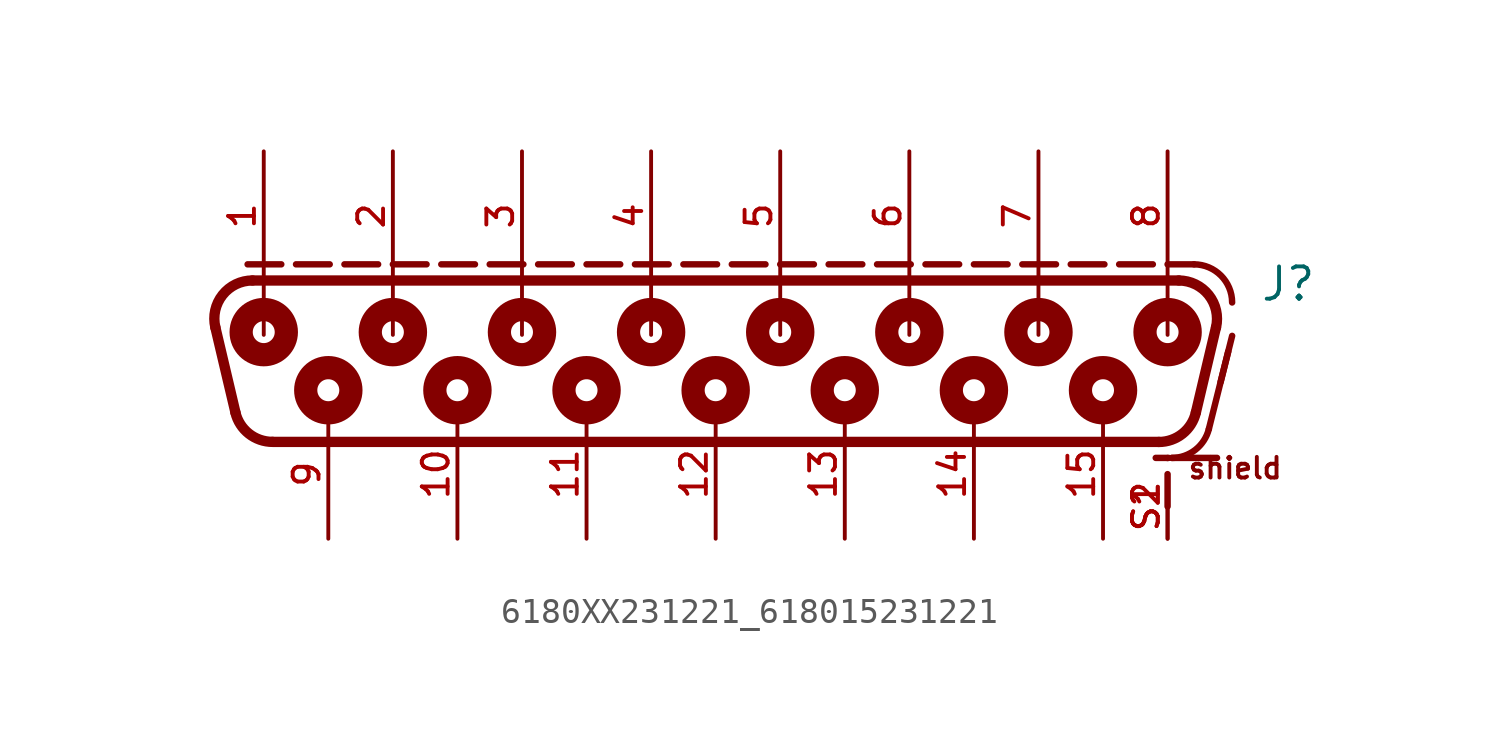
<source format=kicad_sym>
(kicad_symbol_lib
  (version 20241209)
  (generator "kicad_symbol_editor")
  (generator_version "9.0")
  (symbol "6180XX231221_618015231221"
    (pin_names
      (offset 1.016))
    (property "Reference" "J"
      (at 21.4 1.66 0)
      (effects (font (size 1.27 1.27)) (justify left bottom)))
    (symbol "6180XX231221_618015231221_0_0"
      (polyline (pts (xy -18.893 -2.655) (xy -19.684 0.695)) (stroke (width 0.406) (type default)) (fill (type none)))
      (polyline (pts (xy -18.415 3.175) (xy -17.09 3.175)) (stroke (width 0.254) (type default)) (fill (type none)))
      (polyline (pts (xy -18.224 2.54) (xy 18.224 2.54)) (stroke (width 0.406) (type default)) (fill (type none)))
      (arc (start -19.6842 0.6952) (mid -19.4006 1.9708) (end -18.2244 2.54) (stroke (width 0.4064) (type default)) (fill (type none)))
      (polyline (pts (xy -17.78 2.58) (xy -17.78 0.4)) (stroke (width 0.152) (type default)) (fill (type none)))
      (circle (center -17.78 0.508) (radius 0.432) (stroke (width 0.914) (type default)) (fill (type none)))
      (circle (center -17.78 0.508) (radius 0.762) (stroke (width 0.254) (type default)) (fill (type none)))
      (arc (start -17.4331 -3.81) (mid -18.3639 -3.4863) (end -18.8929 -2.6548) (stroke (width 0.4064) (type default)) (fill (type none)))
      (polyline (pts (xy -16.51 3.175) (xy -15.185 3.175)) (stroke (width 0.254) (type default)) (fill (type none)))
      (circle (center -15.24 -1.778) (radius 0.432) (stroke (width 0.914) (type default)) (fill (type none)))
      (circle (center -15.24 -1.778) (radius 0.762) (stroke (width 0.254) (type default)) (fill (type none)))
      (polyline (pts (xy -14.605 3.175) (xy -13.28 3.175)) (stroke (width 0.254) (type default)) (fill (type none)))
      (polyline (pts (xy -12.7 3.175) (xy -11.375 3.175)) (stroke (width 0.254) (type default)) (fill (type none)))
      (polyline (pts (xy -12.7 2.58) (xy -12.7 0.4)) (stroke (width 0.152) (type default)) (fill (type none)))
      (circle (center -12.7 0.508) (radius 0.432) (stroke (width 0.914) (type default)) (fill (type none)))
      (circle (center -12.7 0.508) (radius 0.762) (stroke (width 0.254) (type default)) (fill (type none)))
      (polyline (pts (xy -10.795 3.175) (xy -9.47 3.175)) (stroke (width 0.254) (type default)) (fill (type none)))
      (circle (center -10.16 -1.778) (radius 0.432) (stroke (width 0.914) (type default)) (fill (type none)))
      (circle (center -10.16 -1.778) (radius 0.762) (stroke (width 0.254) (type default)) (fill (type none)))
      (polyline (pts (xy -8.89 3.175) (xy -7.565 3.175)) (stroke (width 0.254) (type default)) (fill (type none)))
      (polyline (pts (xy -7.62 2.58) (xy -7.62 0.4)) (stroke (width 0.152) (type default)) (fill (type none)))
      (circle (center -7.62 0.508) (radius 0.432) (stroke (width 0.914) (type default)) (fill (type none)))
      (circle (center -7.62 0.508) (radius 0.762) (stroke (width 0.254) (type default)) (fill (type none)))
      (polyline (pts (xy -6.985 3.175) (xy -5.66 3.175)) (stroke (width 0.254) (type default)) (fill (type none)))
      (polyline (pts (xy -5.08 3.175) (xy -3.755 3.175)) (stroke (width 0.254) (type default)) (fill (type none)))
      (circle (center -5.08 -1.778) (radius 0.432) (stroke (width 0.914) (type default)) (fill (type none)))
      (circle (center -5.08 -1.778) (radius 0.762) (stroke (width 0.254) (type default)) (fill (type none)))
      (polyline (pts (xy -3.175 3.175) (xy -1.85 3.175)) (stroke (width 0.254) (type default)) (fill (type none)))
      (polyline (pts (xy -2.54 2.58) (xy -2.54 0.4)) (stroke (width 0.152) (type default)) (fill (type none)))
      (circle (center -2.54 0.508) (radius 0.432) (stroke (width 0.914) (type default)) (fill (type none)))
      (circle (center -2.54 0.508) (radius 0.762) (stroke (width 0.254) (type default)) (fill (type none)))
      (polyline (pts (xy -1.27 3.175) (xy 0.055 3.175)) (stroke (width 0.254) (type default)) (fill (type none)))
      (circle (center 0 -1.778) (radius 0.432) (stroke (width 0.914) (type default)) (fill (type none)))
      (circle (center 0 -1.778) (radius 0.762) (stroke (width 0.254) (type default)) (fill (type none)))
      (polyline (pts (xy 0.635 3.175) (xy 1.96 3.175)) (stroke (width 0.254) (type default)) (fill (type none)))
      (polyline (pts (xy 2.54 3.175) (xy 3.865 3.175)) (stroke (width 0.254) (type default)) (fill (type none)))
      (polyline (pts (xy 2.54 2.58) (xy 2.54 0.4)) (stroke (width 0.152) (type default)) (fill (type none)))
      (circle (center 2.54 0.508) (radius 0.432) (stroke (width 0.914) (type default)) (fill (type none)))
      (circle (center 2.54 0.508) (radius 0.762) (stroke (width 0.254) (type default)) (fill (type none)))
      (polyline (pts (xy 4.445 3.175) (xy 5.77 3.175)) (stroke (width 0.254) (type default)) (fill (type none)))
      (circle (center 5.08 -1.778) (radius 0.432) (stroke (width 0.914) (type default)) (fill (type none)))
      (circle (center 5.08 -1.778) (radius 0.762) (stroke (width 0.254) (type default)) (fill (type none)))
      (polyline (pts (xy 6.35 3.175) (xy 7.675 3.175)) (stroke (width 0.254) (type default)) (fill (type none)))
      (polyline (pts (xy 7.62 2.58) (xy 7.62 0.4)) (stroke (width 0.152) (type default)) (fill (type none)))
      (circle (center 7.62 0.508) (radius 0.432) (stroke (width 0.914) (type default)) (fill (type none)))
      (circle (center 7.62 0.508) (radius 0.762) (stroke (width 0.254) (type default)) (fill (type none)))
      (polyline (pts (xy 8.255 3.175) (xy 9.58 3.175)) (stroke (width 0.254) (type default)) (fill (type none)))
      (polyline (pts (xy 10.16 3.175) (xy 11.485 3.175)) (stroke (width 0.254) (type default)) (fill (type none)))
      (circle (center 10.16 -1.778) (radius 0.432) (stroke (width 0.914) (type default)) (fill (type none)))
      (circle (center 10.16 -1.778) (radius 0.762) (stroke (width 0.254) (type default)) (fill (type none)))
      (polyline (pts (xy 12.065 3.175) (xy 13.39 3.175)) (stroke (width 0.254) (type default)) (fill (type none)))
      (polyline (pts (xy 12.7 2.58) (xy 12.7 0.4)) (stroke (width 0.152) (type default)) (fill (type none)))
      (circle (center 12.7 0.508) (radius 0.432) (stroke (width 0.914) (type default)) (fill (type none)))
      (circle (center 12.7 0.508) (radius 0.762) (stroke (width 0.254) (type default)) (fill (type none)))
      (polyline (pts (xy 13.97 3.175) (xy 15.295 3.175)) (stroke (width 0.254) (type default)) (fill (type none)))
      (circle (center 15.24 -1.778) (radius 0.432) (stroke (width 0.914) (type default)) (fill (type none)))
      (circle (center 15.24 -1.778) (radius 0.762) (stroke (width 0.254) (type default)) (fill (type none)))
      (polyline (pts (xy 15.875 3.175) (xy 17.2 3.175)) (stroke (width 0.254) (type default)) (fill (type none)))
      (polyline (pts (xy 17.433 -3.81) (xy -17.433 -3.81)) (stroke (width 0.406) (type default)) (fill (type none)))
      (arc (start 18.8929 -2.6548) (mid 18.3642 -3.4874) (end 17.4331 -3.81) (stroke (width 0.4064) (type default)) (fill (type none)))
      (polyline (pts (xy 17.78 3.175) (xy 18.82 3.175)) (stroke (width 0.254) (type default)) (fill (type none)))
      (polyline (pts (xy 17.78 2.58) (xy 17.78 0.4)) (stroke (width 0.152) (type default)) (fill (type none)))
      (circle (center 17.78 0.508) (radius 0.432) (stroke (width 0.914) (type default)) (fill (type none)))
      (circle (center 17.78 0.508) (radius 0.762) (stroke (width 0.254) (type default)) (fill (type none)))
      (polyline (pts (xy 17.78 -4.445) (xy 17.78 -4.445)) (stroke (width 0.254) (type default)) (fill (type none)))
      (polyline (pts (xy 17.78 -6.35) (xy 17.78 -5.08)) (stroke (width 0.254) (type default)) (fill (type none)))
      (polyline (pts (xy 17.82 -4.44) (xy 17.314 -4.44)) (stroke (width 0.254) (type default)) (fill (type none)))
      (arc (start 19.4041 -3.3038) (mid 18.8719 -4.1219) (end 17.9488 -4.44) (stroke (width 0.254) (type default)) (fill (type none)))
      (arc (start 18.2244 2.54) (mid 19.3973 1.9695) (end 19.6842 0.6952) (stroke (width 0.4064) (type default)) (fill (type none)))
      (arc (start 18.82 3.175) (mid 19.8807 2.7357) (end 20.32 1.675) (stroke (width 0.254) (type default)) (fill (type none)))
      (polyline (pts (xy 19.404 -3.304) (xy 20.166 -0.256)) (stroke (width 0.254) (type default)) (fill (type none)))
      (polyline (pts (xy 19.684 0.695) (xy 18.893 -2.655)) (stroke (width 0.406) (type default)) (fill (type none)))
      (polyline (pts (xy 19.725 -4.44) (xy 17.949 -4.44)) (stroke (width 0.254) (type default)) (fill (type none)))
      (polyline (pts (xy 19.866 -1.456) (xy 20.32 0.36)) (stroke (width 0.254) (type default)) (fill (type none)))
      (text "shield" (at 18.52 -5.32 0) (effects (font (size 0.813 0.813)) (justify left bottom)))
      (pin bidirectional line (at -17.78 7.62 270) (length 5.08) (name "~" (effects (font (size 1.016 1.016)))) (number "1" (effects (font (size 1.016 1.016)))))
      (pin bidirectional line (at -15.24 -7.62 90) (length 5.08) (name "~" (effects (font (size 1.016 1.016)))) (number "9" (effects (font (size 1.016 1.016)))))
      (pin bidirectional line (at -12.7 7.62 270) (length 5.08) (name "~" (effects (font (size 1.016 1.016)))) (number "2" (effects (font (size 1.016 1.016)))))
      (pin bidirectional line (at -10.16 -7.62 90) (length 5.08) (name "~" (effects (font (size 1.016 1.016)))) (number "10" (effects (font (size 1.016 1.016)))))
      (pin bidirectional line (at -7.62 7.62 270) (length 5.08) (name "~" (effects (font (size 1.016 1.016)))) (number "3" (effects (font (size 1.016 1.016)))))
      (pin bidirectional line (at -5.08 -7.62 90) (length 5.08) (name "~" (effects (font (size 1.016 1.016)))) (number "11" (effects (font (size 1.016 1.016)))))
      (pin bidirectional line (at -2.54 7.62 270) (length 5.08) (name "~" (effects (font (size 1.016 1.016)))) (number "4" (effects (font (size 1.016 1.016)))))
      (pin bidirectional line (at 0 -7.62 90) (length 5.08) (name "~" (effects (font (size 1.016 1.016)))) (number "12" (effects (font (size 1.016 1.016)))))
      (pin bidirectional line (at 2.54 7.62 270) (length 5.08) (name "~" (effects (font (size 1.016 1.016)))) (number "5" (effects (font (size 1.016 1.016)))))
      (pin bidirectional line (at 5.08 -7.62 90) (length 5.08) (name "~" (effects (font (size 1.016 1.016)))) (number "13" (effects (font (size 1.016 1.016)))))
      (pin bidirectional line (at 7.62 7.62 270) (length 5.08) (name "~" (effects (font (size 1.016 1.016)))) (number "6" (effects (font (size 1.016 1.016)))))
      (pin bidirectional line (at 10.16 -7.62 90) (length 5.08) (name "~" (effects (font (size 1.016 1.016)))) (number "14" (effects (font (size 1.016 1.016)))))
      (pin bidirectional line (at 12.7 7.62 270) (length 5.08) (name "~" (effects (font (size 1.016 1.016)))) (number "7" (effects (font (size 1.016 1.016)))))
      (pin bidirectional line (at 15.24 -7.62 90) (length 5.08) (name "~" (effects (font (size 1.016 1.016)))) (number "15" (effects (font (size 1.016 1.016)))))
      (pin bidirectional line (at 17.78 7.62 270) (length 5.08) (name "~" (effects (font (size 1.016 1.016)))) (number "8" (effects (font (size 1.016 1.016)))))
      (pin bidirectional line (at 17.78 -7.62 90) (length 2.54) (name "~" (effects (font (size 1.016 1.016)))) (number "S1" (effects (font (size 1.016 1.016)))))
      (pin bidirectional line (at 17.78 -7.62 90) (length 2.54) (name "~" (effects (font (size 1.016 1.016)))) (number "S2" (effects (font (size 1.016 1.016))))))))
</source>
